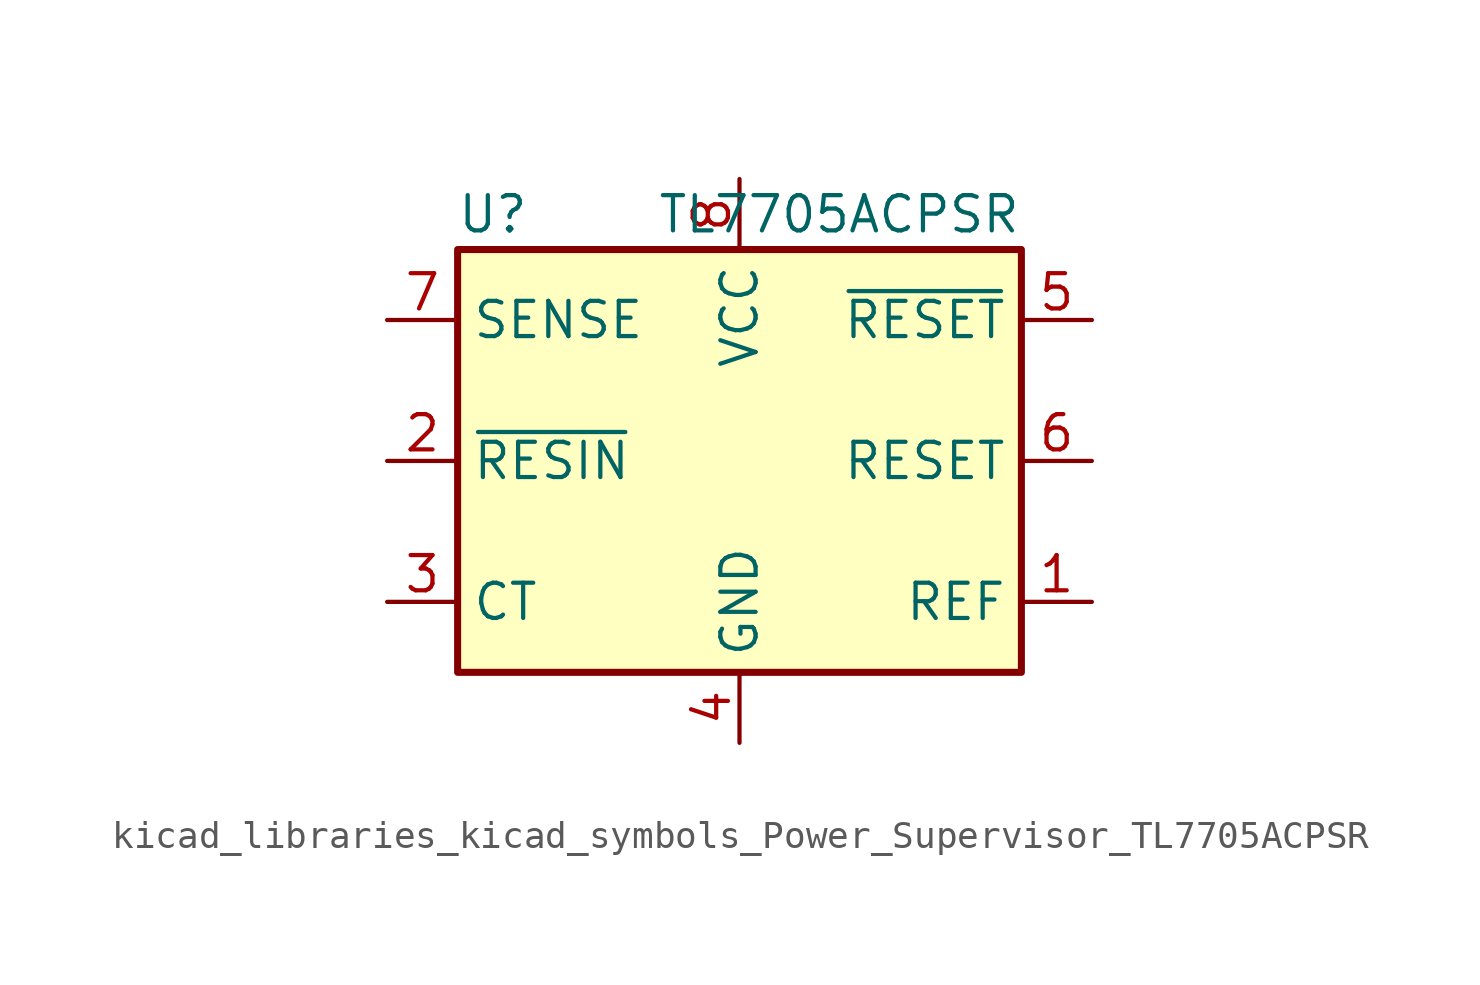
<source format=kicad_sym>
(kicad_symbol_lib
  (version 20220914)
  (generator kicad_symbol_editor)
  (symbol "kicad_libraries_kicad_symbols_Power_Supervisor_TL7705ACPSR"
    (property "Reference" "U"
      (at -8.89 8.89 0)
      (effects (font (size 1.27 1.27))))
    (property "Value" "TL7705ACPSR"
      (at 10.16 8.89 0)
      (effects (font (size 1.27 1.27)) (justify right)))
    (symbol "kicad_libraries_kicad_symbols_Power_Supervisor_TL7705ACPSR_0_1"
      (rectangle (start -10.16 7.62) (end 10.16 -7.62) (stroke (width 0.254) (type default)) (fill (type background))))
    (symbol "kicad_libraries_kicad_symbols_Power_Supervisor_TL7705ACPSR_1_1"
      (pin output line (at 12.7 -5.08 180) (length 2.54) (name "REF" (effects (font (size 1.27 1.27)))) (number "1" (effects (font (size 1.27 1.27)))))
      (pin input line (at -12.7 0 0) (length 2.54) (name "~{RESIN}" (effects (font (size 1.27 1.27)))) (number "2" (effects (font (size 1.27 1.27)))))
      (pin passive line (at -12.7 -5.08 0) (length 2.54) (name "CT" (effects (font (size 1.27 1.27)))) (number "3" (effects (font (size 1.27 1.27)))))
      (pin power_in line (at 0 -10.16 90) (length 2.54) (name "GND" (effects (font (size 1.27 1.27)))) (number "4" (effects (font (size 1.27 1.27)))))
      (pin open_collector line (at 12.7 5.08 180) (length 2.54) (name "~{RESET}" (effects (font (size 1.27 1.27)))) (number "5" (effects (font (size 1.27 1.27)))))
      (pin open_collector line (at 12.7 0 180) (length 2.54) (name "RESET" (effects (font (size 1.27 1.27)))) (number "6" (effects (font (size 1.27 1.27)))))
      (pin input line (at -12.7 5.08 0) (length 2.54) (name "SENSE" (effects (font (size 1.27 1.27)))) (number "7" (effects (font (size 1.27 1.27)))))
      (pin power_in line (at 0 10.16 270) (length 2.54) (name "VCC" (effects (font (size 1.27 1.27)))) (number "8" (effects (font (size 1.27 1.27))))))))
</source>
